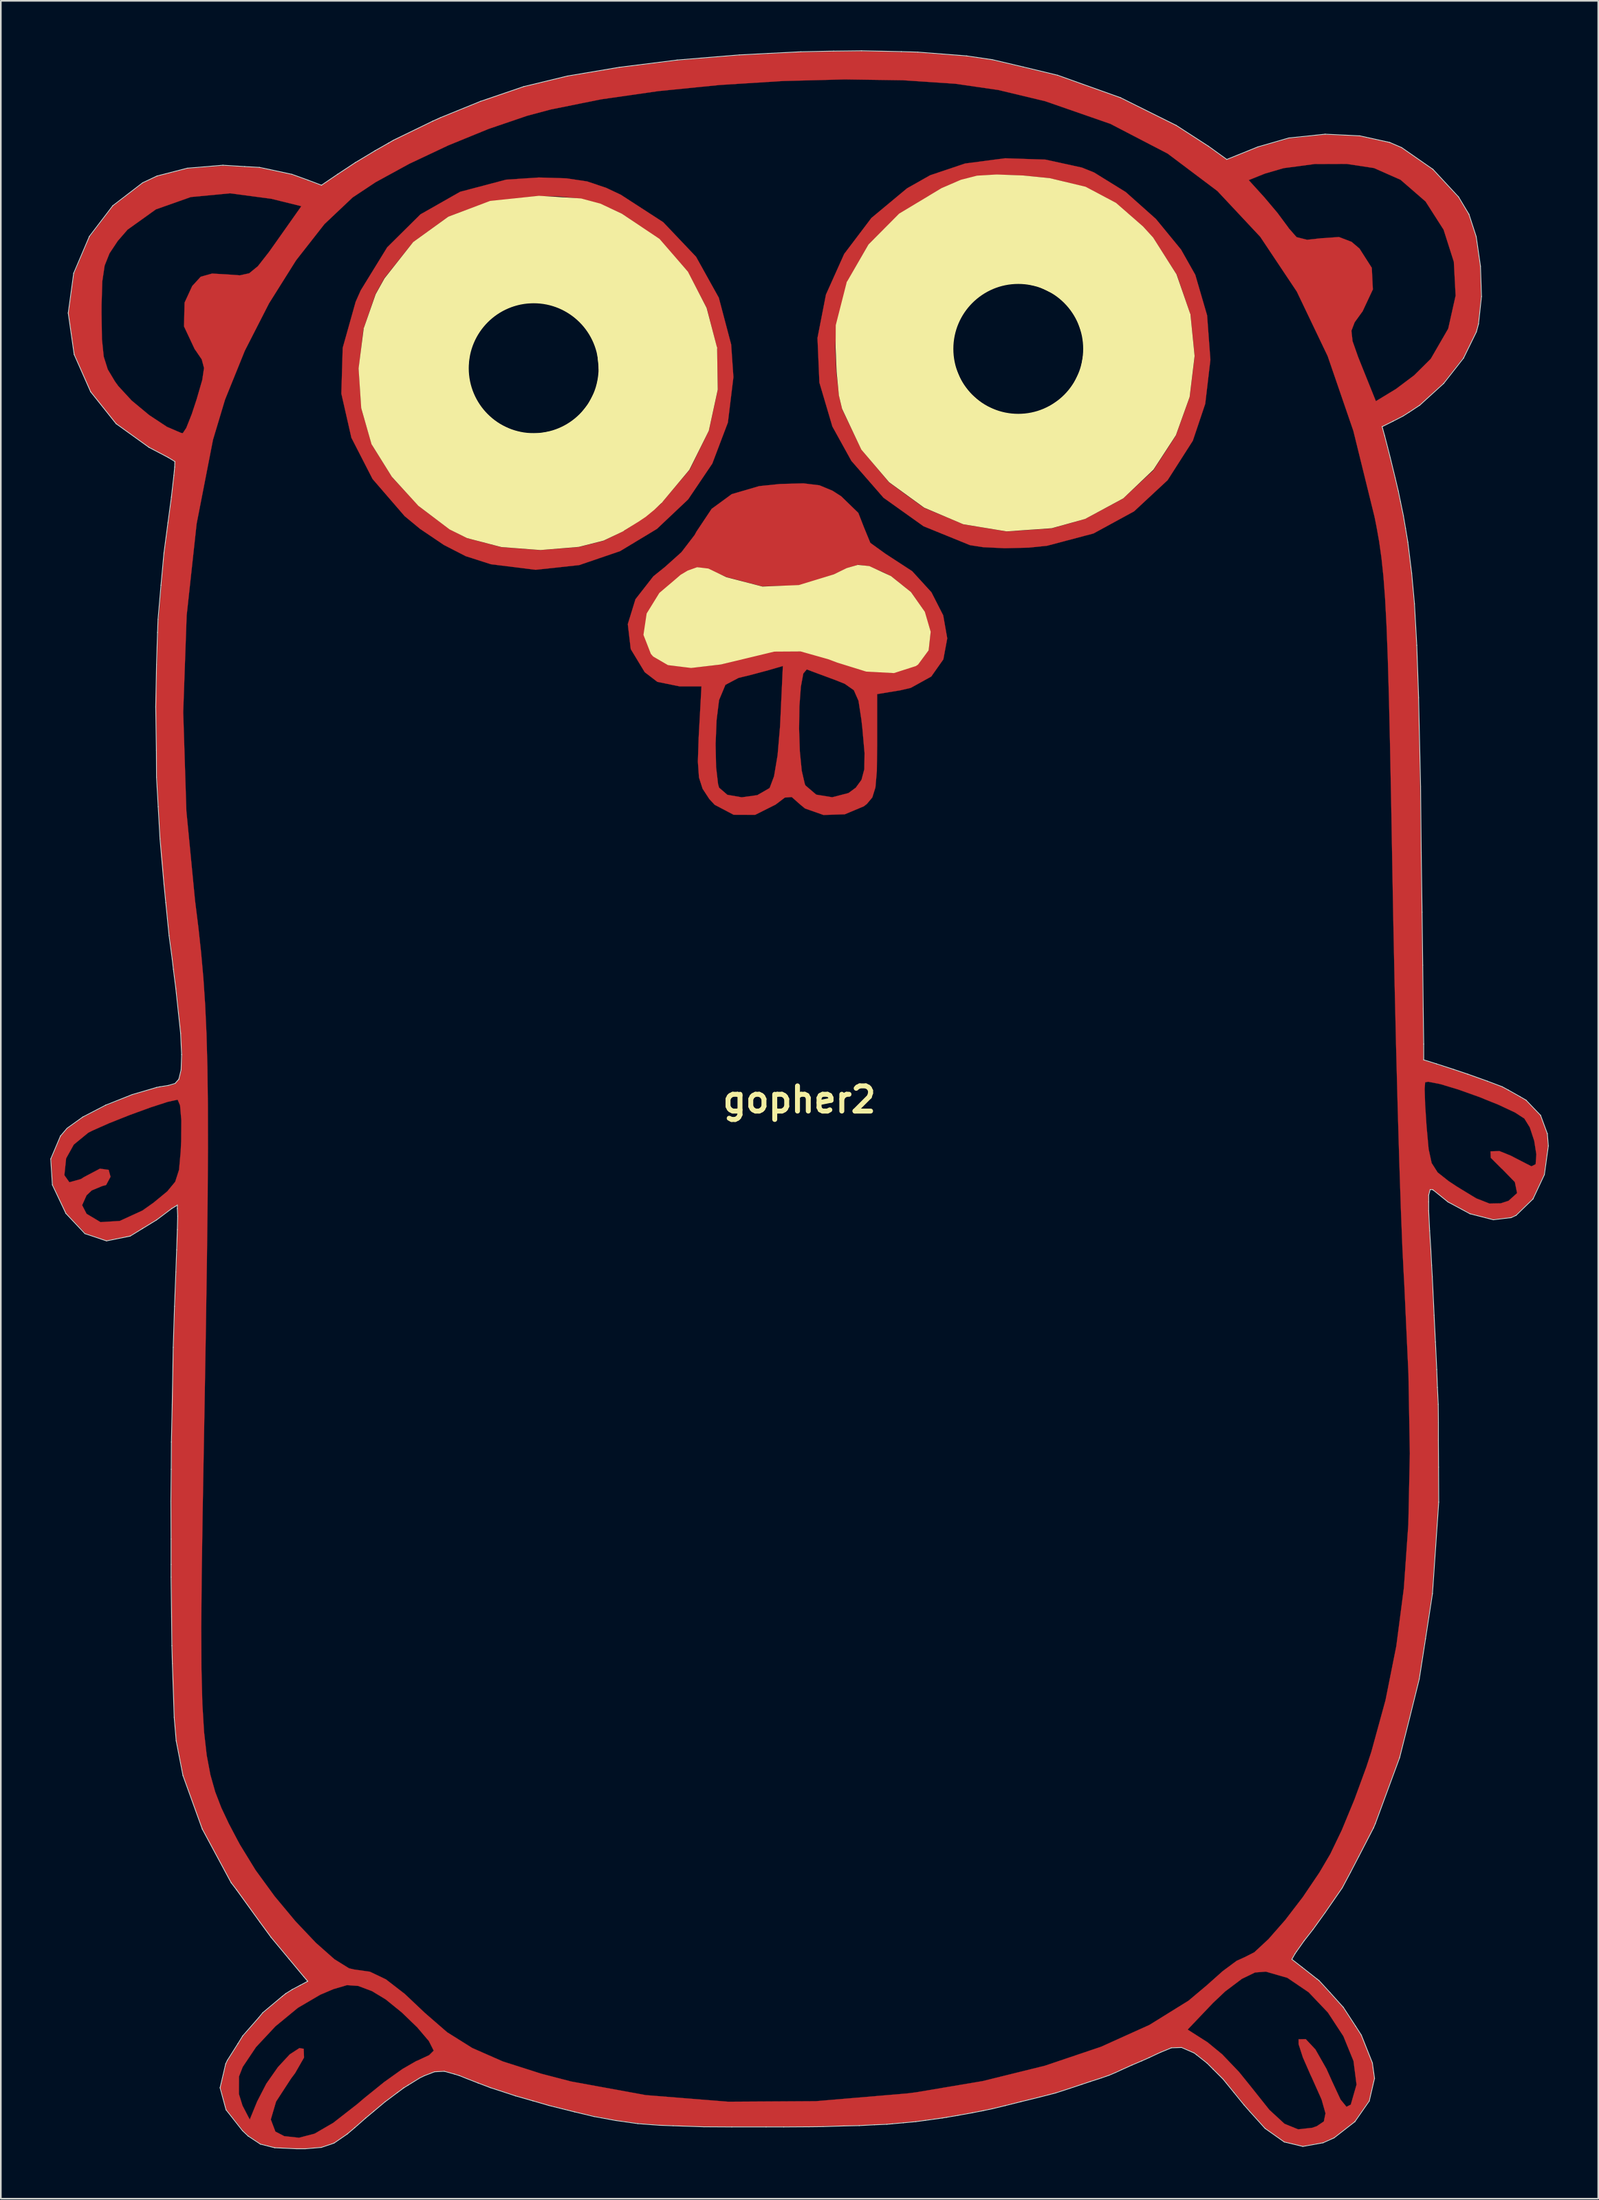
<source format=kicad_pcb>
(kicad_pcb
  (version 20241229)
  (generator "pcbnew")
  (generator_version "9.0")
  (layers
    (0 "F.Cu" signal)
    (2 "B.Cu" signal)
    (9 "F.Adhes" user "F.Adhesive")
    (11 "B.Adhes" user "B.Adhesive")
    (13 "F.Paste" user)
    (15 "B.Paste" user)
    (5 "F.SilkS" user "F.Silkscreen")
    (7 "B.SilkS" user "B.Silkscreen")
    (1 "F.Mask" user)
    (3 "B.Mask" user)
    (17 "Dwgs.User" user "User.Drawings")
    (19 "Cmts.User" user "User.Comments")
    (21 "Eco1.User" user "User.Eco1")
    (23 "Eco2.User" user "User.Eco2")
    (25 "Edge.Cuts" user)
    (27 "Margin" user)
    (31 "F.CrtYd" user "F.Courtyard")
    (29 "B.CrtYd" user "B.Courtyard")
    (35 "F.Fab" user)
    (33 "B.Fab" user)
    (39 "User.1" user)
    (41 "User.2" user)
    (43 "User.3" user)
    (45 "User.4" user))
  (footprint "gopher2"
    (layer "F.Cu")
    (at 45.375 63.535)
    (property "Reference" "gopher2" (at 0 0 0) (layer "F.SilkS") (effects (font (size 1.524 1.524) (thickness 0.3))))
    (attr through_hole)
    (fp_poly (pts (xy 14.911 -56.921) (xy 17.124 -56.438) (xy 17.859 -56.142) (xy 19.779 -54.955) (xy 21.608 -53.326) (xy 23.129 -51.473) (xy 23.991 -49.946) (xy 24.707 -47.493) (xy 24.907 -44.8) (xy 24.594 -42.133) (xy 23.843 -39.9) (xy 22.316 -37.512) (xy 20.284 -35.624) (xy 17.823 -34.283) (xy 15.007 -33.539) (xy 13.894 -33.425) (xy 12.447 -33.391) (xy 11.136 -33.453) (xy 10.341 -33.577) (xy 7.527 -34.721) (xy 5.103 -36.447) (xy 3.155 -38.681) (xy 2.005 -40.76) (xy 1.218 -43.42) (xy 1.127 -45.553) (xy 2.177 -45.553) (xy 2.242 -44.037) (xy 2.41 -42.629) (xy 2.598 -41.798) (xy 3.762 -39.368) (xy 5.446 -37.367) (xy 7.545 -35.841) (xy 9.953 -34.838) (xy 12.565 -34.405) (xy 15.277 -34.589) (xy 17.313 -35.161) (xy 19.618 -36.397) (xy 21.458 -38.112) (xy 22.808 -40.194) (xy 23.647 -42.531) (xy 23.953 -45.01) (xy 23.702 -47.52) (xy 22.873 -49.949) (xy 21.443 -52.183) (xy 20.852 -52.842) (xy 19.153 -54.31) (xy 17.325 -55.265) (xy 15.161 -55.796) (xy 13.553 -55.952) (xy 11.949 -56.009) (xy 10.788 -55.934) (xy 9.793 -55.684) (xy 8.685 -55.218) (xy 8.638 -55.196) (xy 6.099 -53.665) (xy 4.181 -51.765) (xy 2.896 -49.513) (xy 2.254 -46.923) (xy 2.177 -45.553) (xy 1.127 -45.553) (xy 1.102 -46.119) (xy 1.616 -48.75) (xy 2.719 -51.208) (xy 4.369 -53.387) (xy 6.526 -55.181) (xy 7.929 -55.974) (xy 10.046 -56.685) (xy 12.463 -57.002) (xy 14.911 -56.921)) (stroke (width 0.01) (type solid)) (fill yes) (layer "F.Cu"))
    (fp_poly (pts (xy -14.109 -55.787) (xy -12.849 -55.599) (xy -11.696 -55.209) (xy -10.812 -54.793) (xy -8.242 -53.129) (xy -6.255 -51.038) (xy -4.876 -48.559) (xy -4.128 -45.729) (xy -3.991 -43.749) (xy -4.326 -41.002) (xy -5.27 -38.515) (xy -6.733 -36.348) (xy -8.625 -34.561) (xy -10.856 -33.215) (xy -13.336 -32.369) (xy -15.974 -32.084) (xy -18.681 -32.42) (xy -20.21 -32.909) (xy -21.531 -33.587) (xy -22.976 -34.562) (xy -23.911 -35.335) (xy -25.854 -37.583) (xy -27.136 -40.081) (xy -27.744 -42.752) (xy -27.7 -44.247) (xy -26.692 -44.247) (xy -26.529 -41.841) (xy -25.911 -39.714) (xy -25.852 -39.587) (xy -24.648 -37.664) (xy -23.011 -35.904) (xy -21.17 -34.528) (xy -20.115 -33.999) (xy -18.064 -33.458) (xy -15.706 -33.277) (xy -13.376 -33.461) (xy -11.86 -33.839) (xy -10.647 -34.43) (xy -9.288 -35.333) (xy -8.397 -36.069) (xy -6.63 -38.159) (xy -5.482 -40.5) (xy -4.938 -42.983) (xy -4.983 -45.496) (xy -5.602 -47.929) (xy -6.779 -50.171) (xy -8.499 -52.111) (xy -10.747 -53.639) (xy -10.818 -53.675) (xy -12.07 -54.239) (xy -13.218 -54.556) (xy -14.571 -54.693) (xy -15.783 -54.714) (xy -18.718 -54.4) (xy -21.268 -53.459) (xy -23.414 -51.903) (xy -25.142 -49.74) (xy -25.676 -48.779) (xy -26.406 -46.653) (xy -26.692 -44.247) (xy -27.7 -44.247) (xy -27.662 -45.522) (xy -26.877 -48.314) (xy -26.572 -49.001) (xy -24.968 -51.609) (xy -22.954 -53.604) (xy -20.546 -54.973) (xy -17.761 -55.707) (xy -15.783 -55.838) (xy -14.109 -55.787)) (stroke (width 0.01) (type solid)) (fill yes) (layer "F.Cu"))
    (fp_poly (pts (xy 1.222 -37.2) (xy 2.015 -36.87) (xy 2.54 -36.533) (xy 3.577 -35.528) (xy 3.924 -34.639) (xy 4.305 -33.713) (xy 5.227 -33.049) (xy 6.838 -32.001) (xy 8.007 -30.721) (xy 8.719 -29.326) (xy 8.964 -27.933) (xy 8.727 -26.659) (xy 7.995 -25.621) (xy 6.756 -24.936) (xy 6.142 -24.792) (xy 4.717 -24.557) (xy 4.717 -21.451) (xy 4.698 -19.894) (xy 4.613 -18.904) (xy 4.424 -18.3) (xy 4.092 -17.904) (xy 3.911 -17.764) (xy 2.757 -17.28) (xy 1.465 -17.239) (xy 0.349 -17.631) (xy 0.058 -17.869) (xy -0.456 -18.324) (xy -0.876 -18.292) (xy -1.433 -17.869) (xy -2.67 -17.249) (xy -3.976 -17.25) (xy -5.128 -17.856) (xy -5.455 -18.21) (xy -5.859 -18.829) (xy -6.077 -19.509) (xy -6.144 -20.47) (xy -6.109 -21.528) (xy -5.071 -21.528) (xy -5.041 -20.143) (xy -4.921 -19.111) (xy -4.86 -18.894) (xy -4.359 -18.46) (xy -3.487 -18.309) (xy -2.542 -18.44) (xy -1.824 -18.854) (xy -1.787 -18.896) (xy -1.529 -19.582) (xy -1.314 -20.861) (xy -1.178 -22.453) (xy -0.013 -22.453) (xy 0.033 -21.09) (xy 0.149 -19.914) (xy 0.336 -19.112) (xy 0.376 -19.025) (xy 1.026 -18.47) (xy 1.995 -18.312) (xy 2.979 -18.566) (xy 3.421 -18.89) (xy 3.768 -19.366) (xy 3.94 -20.008) (xy 3.954 -20.989) (xy 3.822 -22.485) (xy 3.763 -23.007) (xy 3.588 -24.152) (xy 3.304 -24.796) (xy 2.752 -25.182) (xy 2.224 -25.394) (xy 1.246 -25.756) (xy 0.531 -26.023) (xy 0.454 -26.053) (xy 0.243 -25.804) (xy 0.094 -24.997) (xy 0.007 -23.818) (xy -0.013 -22.453) (xy -1.178 -22.453) (xy -1.167 -22.578) (xy -1.152 -22.875) (xy -0.995 -26.259) (xy -1.858 -26.008) (xy -2.92 -25.723) (xy -3.681 -25.539) (xy -4.475 -25.119) (xy -4.86 -24.197) (xy -4.861 -24.194) (xy -5.011 -22.975) (xy -5.071 -21.528) (xy -6.109 -21.528) (xy -6.096 -21.93) (xy -6.085 -22.132) (xy -5.926 -25.026) (xy -7.254 -25.026) (xy -8.6 -25.3) (xy -9.365 -25.885) (xy -10.211 -27.282) (xy -10.314 -28.153) (xy -9.412 -28.153) (xy -8.975 -27.005) (xy -8.834 -26.83) (xy -7.929 -26.316) (xy -6.525 -26.157) (xy -4.76 -26.357) (xy -3.414 -26.703) (xy -1.52 -27.152) (xy 0.092 -27.155) (xy 1.731 -26.704) (xy 2.177 -26.521) (xy 4.06 -25.934) (xy 5.735 -25.848) (xy 7.05 -26.27) (xy 7.176 -26.355) (xy 7.838 -27.224) (xy 7.952 -28.347) (xy 7.574 -29.57) (xy 6.762 -30.734) (xy 5.573 -31.684) (xy 5.158 -31.901) (xy 4.236 -32.296) (xy 3.583 -32.389) (xy 2.865 -32.17) (xy 2.087 -31.795) (xy -0.011 -31.137) (xy -2.266 -31.085) (xy -4.411 -31.643) (xy -4.588 -31.722) (xy -5.543 -32.136) (xy -6.159 -32.229) (xy -6.748 -32.005) (xy -7.176 -31.746) (xy -8.468 -30.658) (xy -9.228 -29.416) (xy -9.412 -28.153) (xy -10.314 -28.153) (xy -10.39 -28.794) (xy -9.925 -30.303) (xy -8.841 -31.69) (xy -8.134 -32.259) (xy -7.14 -33.15) (xy -6.34 -34.194) (xy -6.233 -34.391) (xy -5.311 -35.774) (xy -4.091 -36.666) (xy -2.428 -37.151) (xy -1.168 -37.28) (xy 0.252 -37.318) (xy 1.222 -37.2)) (stroke (width 0.01) (type solid)) (fill yes) (layer "F.Cu"))
    (fp_poly (pts (xy 7.169 -63.405) (xy 10.131 -63.173) (xy 11.655 -62.952) (xy 15.652 -62.001) (xy 19.428 -60.656) (xy 22.802 -58.989) (xy 24.65 -57.798) (xy 25.897 -56.901) (xy 27.735 -57.649) (xy 29.664 -58.196) (xy 31.813 -58.427) (xy 33.932 -58.341) (xy 35.766 -57.94) (xy 36.472 -57.635) (xy 38.382 -56.305) (xy 39.919 -54.638) (xy 40.54 -53.626) (xy 40.983 -52.266) (xy 41.242 -50.495) (xy 41.298 -48.634) (xy 41.13 -46.999) (xy 41.005 -46.51) (xy 40.238 -44.96) (xy 39.02 -43.391) (xy 37.571 -42.059) (xy 36.631 -41.453) (xy 35.294 -40.751) (xy 35.798 -38.772) (xy 36.216 -37.05) (xy 36.561 -35.41) (xy 36.842 -33.752) (xy 37.066 -31.977) (xy 37.241 -29.986) (xy 37.376 -27.682) (xy 37.479 -24.965) (xy 37.557 -21.736) (xy 37.619 -17.897) (xy 37.641 -16.229) (xy 37.809 -2.39) (xy 40.518 -1.524) (xy 42.589 -0.757) (xy 44.021 0.05) (xy 44.897 0.971) (xy 45.303 2.083) (xy 45.357 2.804) (xy 45.108 4.539) (xy 44.428 5.993) (xy 43.416 6.972) (xy 43.136 7.114) (xy 42.032 7.239) (xy 40.675 6.898) (xy 39.311 6.17) (xy 38.698 5.682) (xy 38.39 5.427) (xy 38.198 5.418) (xy 38.108 5.764) (xy 38.104 6.578) (xy 38.168 7.968) (xy 38.225 8.965) (xy 38.327 10.855) (xy 38.444 13.21) (xy 38.562 15.745) (xy 38.669 18.18) (xy 38.682 18.49) (xy 38.715 24.35) (xy 38.329 29.897) (xy 37.536 35.069) (xy 36.352 39.806) (xy 34.791 44.047) (xy 32.867 47.729) (xy 31.364 49.875) (xy 30.572 50.906) (xy 30.019 51.68) (xy 29.811 52.05) (xy 29.816 52.061) (xy 31.478 53.364) (xy 32.926 54.956) (xy 34.04 56.664) (xy 34.701 58.318) (xy 34.831 59.269) (xy 34.505 60.611) (xy 33.634 61.872) (xy 32.386 62.842) (xy 31.717 63.138) (xy 30.502 63.359) (xy 29.385 63.094) (xy 28.246 62.28) (xy 26.967 60.856) (xy 26.67 60.473) (xy 25.69 59.298) (xy 24.715 58.309) (xy 23.95 57.711) (xy 23.922 57.696) (xy 23.174 57.369) (xy 22.54 57.381) (xy 21.678 57.752) (xy 21.501 57.843) (xy 18.726 59.068) (xy 15.393 60.167) (xy 11.668 61.087) (xy 10.42 61.336) (xy 8.687 61.636) (xy 7.049 61.858) (xy 5.343 62.012) (xy 3.404 62.109) (xy 1.066 62.161) (xy -1.814 62.18) (xy -4.531 62.176) (xy -6.669 62.146) (xy -8.373 62.08) (xy -9.789 61.966) (xy -11.064 61.795) (xy -12.344 61.554) (xy -13.417 61.317) (xy -15.294 60.844) (xy -17.187 60.298) (xy -18.81 59.765) (xy -19.47 59.513) (xy -20.696 59.027) (xy -21.494 58.81) (xy -22.103 58.839) (xy -22.764 59.095) (xy -22.997 59.208) (xy -23.921 59.775) (xy -25.114 60.661) (xy -26.308 61.665) (xy -27.396 62.613) (xy -28.197 63.161) (xy -28.956 63.42) (xy -29.92 63.496) (xy -30.463 63.5) (xy -31.766 63.446) (xy -32.639 63.219) (xy -33.373 62.724) (xy -33.687 62.436) (xy -34.724 61.126) (xy -34.961 60.205) (xy -33.952 60.205) (xy -33.732 60.911) (xy -33.294 61.754) (xy -32.849 60.666) (xy -32.291 59.583) (xy -31.587 58.579) (xy -30.872 57.808) (xy -30.284 57.426) (xy -30.025 57.469) (xy -30.006 58.001) (xy -30.545 58.941) (xy -30.789 59.267) (xy -31.699 60.665) (xy -32.018 61.748) (xy -31.741 62.48) (xy -31.206 62.758) (xy -30.31 62.855) (xy -29.365 62.608) (xy -28.237 61.953) (xy -26.789 60.825) (xy -26.349 60.45) (xy -25.155 59.486) (xy -24.04 58.691) (xy -23.219 58.217) (xy -23.132 58.183) (xy -22.424 57.853) (xy -22.149 57.58) (xy -22.442 56.999) (xy -23.147 56.17) (xy -24.079 55.271) (xy -25.056 54.479) (xy -25.891 53.974) (xy -25.894 53.973) (xy -26.729 53.661) (xy -27.405 53.615) (xy -28.227 53.856) (xy -29.026 54.196) (xy -30.381 54.991) (xy -31.737 56.107) (xy -32.911 57.361) (xy -33.721 58.568) (xy -33.946 59.148) (xy -33.952 60.205) (xy -34.961 60.205) (xy -35.063 59.81) (xy -34.725 58.394) (xy -34.642 58.217) (xy -33.713 56.737) (xy -32.477 55.307) (xy -31.182 54.199) (xy -30.75 53.933) (xy -29.75 53.393) (xy -32.143 50.509) (xy -34.414 47.382) (xy -36.156 44.147) (xy -37.31 40.932) (xy -37.728 38.814) (xy -37.833 37.552) (xy -37.916 35.661) (xy -37.978 33.257) (xy -38.019 30.458) (xy -38.037 27.381) (xy -38.034 24.144) (xy -38.009 20.864) (xy -37.962 17.657) (xy -37.891 14.642) (xy -37.798 11.935) (xy -37.787 11.672) (xy -37.712 9.776) (xy -37.664 8.178) (xy -37.644 7.01) (xy -37.657 6.404) (xy -37.671 6.349) (xy -38.003 6.553) (xy -38.691 7.061) (xy -38.941 7.255) (xy -40.56 8.249) (xy -41.985 8.529) (xy -43.242 8.094) (xy -44.358 6.939) (xy -44.455 6.797) (xy -45.223 5.146) (xy -45.258 4.574) (xy -44.525 4.574) (xy -44.221 5.001) (xy -43.528 4.808) (xy -43.341 4.689) (xy -42.37 4.177) (xy -41.841 4.251) (xy -41.729 4.669) (xy -41.996 5.165) (xy -42.228 5.229) (xy -42.864 5.493) (xy -43.18 5.79) (xy -43.449 6.388) (xy -43.18 6.91) (xy -42.336 7.415) (xy -41.17 7.343) (xy -39.798 6.714) (xy -39.126 6.24) (xy -38.289 5.551) (xy -37.81 4.97) (xy -37.577 4.245) (xy -37.477 3.127) (xy -37.448 2.504) (xy -37.438 1.247) (xy -37.515 0.349) (xy -37.662 0.000058) (xy -37.664 0) (xy -38.257 0.13) (xy -39.296 0.466) (xy -40.554 0.924) (xy -41.807 1.421) (xy -42.83 1.875) (xy -43.078 2) (xy -43.952 2.717) (xy -44.419 3.553) (xy -44.525 4.574) (xy -45.258 4.574) (xy -45.319 3.593) (xy -44.746 2.221) (xy -44.347 1.759) (xy -43.4 1.077) (xy -42.007 0.363) (xy -40.438 -0.271) (xy -38.959 -0.712) (xy -38.191 -0.84) (xy -37.823 -0.943) (xy -37.567 -1.235) (xy -37.423 -1.799) (xy -37.39 -2.72) (xy -37.469 -4.082) (xy -37.658 -5.969) (xy -37.958 -8.465) (xy -38.168 -10.107) (xy -38.64 -14.715) (xy -38.909 -19.522) (xy -38.961 -23.465) (xy -37.325 -23.465) (xy -37.133 -17.472) (xy -36.61 -12.072) (xy -36.41 -10.462) (xy -36.242 -8.918) (xy -36.104 -7.369) (xy -35.995 -5.744) (xy -35.914 -3.973) (xy -35.859 -1.984) (xy -35.831 0.293) (xy -35.826 2.93) (xy -35.845 5.998) (xy -35.887 9.567) (xy -35.949 13.708) (xy -36.031 18.493) (xy -36.075 20.918) (xy -36.152 25.244) (xy -36.206 28.899) (xy -36.231 31.955) (xy -36.219 34.489) (xy -36.165 36.574) (xy -36.062 38.284) (xy -35.902 39.695) (xy -35.678 40.881) (xy -35.385 41.917) (xy -35.015 42.876) (xy -34.562 43.835) (xy -34.019 44.866) (xy -33.88 45.121) (xy -32.939 46.654) (xy -31.786 48.234) (xy -30.531 49.74) (xy -29.288 51.051) (xy -28.167 52.043) (xy -27.281 52.595) (xy -26.965 52.668) (xy -26.016 52.801) (xy -25.044 53.264) (xy -23.902 54.146) (xy -22.679 55.301) (xy -21.336 56.466) (xy -19.814 57.42) (xy -17.964 58.233) (xy -15.634 58.977) (xy -13.827 59.447) (xy -9.302 60.273) (xy -4.313 60.672) (xy 1.009 60.64) (xy 6.53 60.172) (xy 7.076 60.103) (xy 11.113 59.423) (xy 14.881 58.493) (xy 18.28 57.347) (xy 20.588 56.305) (xy 23.528 56.305) (xy 24.736 57.076) (xy 25.621 57.803) (xy 26.648 58.878) (xy 27.349 59.746) (xy 28.482 61.168) (xy 29.397 62.009) (xy 30.219 62.345) (xy 31.076 62.252) (xy 31.357 62.153) (xy 31.78 61.868) (xy 31.881 61.376) (xy 31.643 60.538) (xy 31.05 59.211) (xy 30.983 59.072) (xy 30.508 57.988) (xy 30.251 57.188) (xy 30.248 56.891) (xy 30.685 56.883) (xy 31.27 57.507) (xy 31.937 58.679) (xy 32.289 59.461) (xy 32.794 60.544) (xy 33.151 60.98) (xy 33.412 60.85) (xy 33.761 59.637) (xy 33.577 58.207) (xy 32.963 56.703) (xy 32.022 55.268) (xy 30.857 54.044) (xy 29.572 53.173) (xy 28.269 52.797) (xy 27.611 52.847) (xy 26.813 53.234) (xy 25.8 53.997) (xy 25.068 54.689) (xy 23.528 56.305) (xy 20.588 56.305) (xy 21.214 56.023) (xy 23.582 54.555) (xy 24.676 53.636) (xy 25.658 52.762) (xy 26.493 52.144) (xy 26.984 51.921) (xy 27.566 51.626) (xy 28.422 50.832) (xy 29.439 49.673) (xy 30.506 48.283) (xy 31.511 46.796) (xy 32.171 45.675) (xy 32.865 44.233) (xy 33.634 42.375) (xy 34.356 40.406) (xy 34.662 39.471) (xy 35.516 36.36) (xy 36.169 33.093) (xy 36.628 29.576) (xy 36.899 25.716) (xy 36.99 21.417) (xy 36.905 16.586) (xy 36.652 11.129) (xy 36.624 10.646) (xy 36.538 8.935) (xy 36.446 6.587) (xy 36.35 3.714) (xy 36.253 0.425) (xy 36.225 -0.65) (xy 37.887 -0.65) (xy 37.917 0.296) (xy 38.001 1.582) (xy 38.005 1.63) (xy 38.128 2.99) (xy 38.312 3.837) (xy 38.675 4.405) (xy 39.335 4.927) (xy 39.857 5.272) (xy 41.014 5.976) (xy 41.818 6.29) (xy 42.496 6.277) (xy 42.969 6.123) (xy 43.488 5.658) (xy 43.353 4.99) (xy 42.582 4.198) (xy 42.546 4.17) (xy 41.895 3.519) (xy 41.878 3.129) (xy 42.418 3.112) (xy 43.088 3.382) (xy 43.882 3.791) (xy 44.359 4.035) (xy 44.612 3.907) (xy 44.655 3.313) (xy 44.526 2.49) (xy 44.258 1.675) (xy 43.928 1.143) (xy 43.367 0.778) (xy 42.382 0.316) (xy 41.169 -0.173) (xy 39.921 -0.617) (xy 38.834 -0.945) (xy 38.102 -1.087) (xy 37.917 -1.054) (xy 37.887 -0.65) (xy 36.225 -0.65) (xy 36.158 -3.169) (xy 36.069 -6.957) (xy 35.988 -10.829) (xy 35.937 -13.634) (xy 35.862 -17.84) (xy 35.792 -21.375) (xy 35.724 -24.317) (xy 35.654 -26.742) (xy 35.577 -28.725) (xy 35.491 -30.345) (xy 35.391 -31.676) (xy 35.272 -32.797) (xy 35.133 -33.783) (xy 34.968 -34.711) (xy 34.85 -35.299) (xy 33.569 -40.493) (xy 32.012 -45.023) (xy 30.143 -48.928) (xy 27.927 -52.247) (xy 25.329 -55.02) (xy 24.452 -55.68) (xy 27.228 -55.68) (xy 28.172 -54.641) (xy 28.965 -53.702) (xy 29.619 -52.822) (xy 29.657 -52.763) (xy 30.13 -52.225) (xy 30.766 -52.067) (xy 31.624 -52.16) (xy 32.696 -52.233) (xy 33.459 -51.942) (xy 33.942 -51.532) (xy 34.685 -50.37) (xy 34.75 -49.06) (xy 34.13 -47.738) (xy 34.109 -47.71) (xy 33.648 -47.073) (xy 33.45 -46.556) (xy 33.519 -45.931) (xy 33.858 -44.969) (xy 34.158 -44.22) (xy 34.933 -42.294) (xy 36.15 -43.033) (xy 37.249 -43.857) (xy 38.235 -44.835) (xy 38.268 -44.875) (xy 39.315 -46.684) (xy 39.764 -48.685) (xy 39.656 -50.731) (xy 39.035 -52.678) (xy 37.944 -54.383) (xy 36.427 -55.699) (xy 34.821 -56.409) (xy 33.166 -56.66) (xy 31.221 -56.653) (xy 29.347 -56.404) (xy 28.219 -56.077) (xy 27.228 -55.68) (xy 24.452 -55.68) (xy 22.315 -57.286) (xy 18.85 -59.085) (xy 14.898 -60.457) (xy 12.064 -61.135) (xy 9.453 -61.514) (xy 6.297 -61.725) (xy 2.759 -61.777) (xy -1.002 -61.679) (xy -4.824 -61.439) (xy -8.546 -61.067) (xy -12.007 -60.57) (xy -15.046 -59.959) (xy -16.492 -59.573) (xy -18.824 -58.779) (xy -21.27 -57.78) (xy -23.62 -56.672) (xy -25.664 -55.556) (xy -27.06 -54.63) (xy -28.767 -53.017) (xy -30.486 -50.825) (xy -32.125 -48.217) (xy -33.59 -45.353) (xy -34.789 -42.393) (xy -35.521 -39.957) (xy -36.512 -34.874) (xy -37.116 -29.321) (xy -37.325 -23.465) (xy -38.961 -23.465) (xy -38.972 -24.315) (xy -38.829 -28.882) (xy -38.478 -33.01) (xy -38.332 -34.128) (xy -38.096 -35.85) (xy -37.919 -37.277) (xy -37.818 -38.262) (xy -37.809 -38.657) (xy -37.809 -38.658) (xy -38.17 -38.869) (xy -38.958 -39.293) (xy -39.422 -39.535) (xy -41.392 -40.957) (xy -42.919 -42.876) (xy -43.909 -45.135) (xy -44.268 -47.58) (xy -44.269 -47.625) (xy -42.273 -47.625) (xy -42.249 -46.053) (xy -42.141 -44.994) (xy -41.896 -44.217) (xy -41.46 -43.488) (xy -41.256 -43.206) (xy -40.447 -42.33) (xy -39.388 -41.452) (xy -38.315 -40.743) (xy -37.462 -40.375) (xy -37.35 -40.358) (xy -37.14 -40.673) (xy -36.808 -41.508) (xy -36.513 -42.403) (xy -36.171 -43.58) (xy -36.064 -44.302) (xy -36.202 -44.823) (xy -36.594 -45.397) (xy -36.628 -45.441) (xy -37.276 -46.819) (xy -37.243 -48.261) (xy -36.78 -49.266) (xy -36.262 -49.83) (xy -35.576 -50.021) (xy -34.694 -49.971) (xy -33.897 -49.913) (xy -33.327 -50.037) (xy -32.801 -50.467) (xy -32.132 -51.322) (xy -31.685 -51.952) (xy -30.168 -54.1) (xy -31.984 -54.548) (xy -34.488 -54.88) (xy -36.866 -54.654) (xy -38.981 -53.907) (xy -40.699 -52.678) (xy -41.295 -51.99) (xy -41.791 -51.243) (xy -42.085 -50.506) (xy -42.228 -49.548) (xy -42.271 -48.139) (xy -42.273 -47.625) (xy -44.269 -47.625) (xy -43.937 -50.005) (xy -43.008 -52.214) (xy -41.582 -54.098) (xy -39.76 -55.502) (xy -38.91 -55.908) (xy -37.094 -56.371) (xy -34.923 -56.544) (xy -32.71 -56.424) (xy -30.767 -56.011) (xy -30.536 -55.93) (xy -28.959 -55.345) (xy -26.806 -56.778) (xy -24.579 -58.083) (xy -21.895 -59.376) (xy -19.018 -60.54) (xy -16.691 -61.318) (xy -14.102 -61.947) (xy -10.964 -62.482) (xy -7.444 -62.913) (xy -3.705 -63.23) (xy 0.086 -63.424) (xy 3.766 -63.486) (xy 7.169 -63.405)) (stroke (width 0.01) (type solid)) (fill yes) (layer "F.Cu"))
    (fp_poly (pts (xy -4.45 -25.07) (xy -3.66 -25.5) (xy -1.04 -26.21) (xy -1.17 -23.3) (xy -1.3 -21.37) (xy -1.53 -19.86) (xy -1.56 -19.59) (xy -1.84 -18.89) (xy -2.57 -18.48) (xy -3.47 -18.37) (xy -4.33 -18.5) (xy -4.83 -18.92) (xy -4.89 -19.12) (xy -5.01 -20.15) (xy -5.04 -21.53) (xy -5 -22.56) (xy -4.98 -23.06) (xy -4.82 -24.21) (xy -4.49 -25)) (stroke (width 0.1) (type solid)) (fill yes) (layer "F.Mask"))
    (fp_poly (pts (xy 0.46 -26.01) (xy 2.75 -25.13) (xy 3.26 -24.76) (xy 3.54 -24.14) (xy 3.69 -23.17) (xy 3.73 -22.88) (xy 3.91 -20.98) (xy 3.89 -20.03) (xy 3.74 -19.42) (xy 3.39 -18.93) (xy 2.98 -18.62) (xy 1.98 -18.36) (xy 1.02 -18.51) (xy 0.4 -19.05) (xy 0.37 -19.12) (xy 0.17 -19.94) (xy 0.06 -21.13) (xy 0.04 -22.51) (xy 0.06 -23.12) (xy 0.06 -23.81) (xy 0.12 -24.99) (xy 0.29 -25.78)) (stroke (width 0.1) (type solid)) (fill yes) (layer "F.Mask"))
    (fp_poly (pts (xy -43.89 2.7) (xy -43.08 2.03) (xy -41.81 1.46) (xy -39.97 0.76) (xy -38.48 0.23) (xy -37.67 0.04) (xy -37.56 0.35) (xy -37.48 1.48) (xy -37.49 2.61) (xy -37.6 4.21) (xy -37.83 4.95) (xy -38.27 5.5) (xy -39.08 6.16) (xy -39.81 6.68) (xy -41.14 7.28) (xy -42.31 7.36) (xy -43.13 6.88) (xy -43.4 6.38) (xy -43.13 5.8) (xy -42.84 5.52) (xy -42.19 5.24) (xy -41.98 5.19) (xy -41.7 4.67) (xy -41.82 4.24) (xy -42.38 4.16) (xy -43.31 4.64) (xy -43.54 4.79) (xy -44.21 4.98) (xy -44.5 4.56) (xy -44.39 3.56) (xy -43.95 2.76)) (stroke (width 0.1) (type solid)) (fill yes) (layer "F.Mask"))
    (fp_poly (pts (xy 37.97 -1.03) (xy 38.1 -1.05) (xy 38.87 -0.93) (xy 40.8 -0.29) (xy 42.56 0.45) (xy 43.36 0.82) (xy 43.92 1.18) (xy 44.22 1.68) (xy 44.49 2.5) (xy 44.63 3.34) (xy 44.59 3.89) (xy 44.36 4.01) (xy 43.44 3.54) (xy 43.1 3.37) (xy 42.42 3.09) (xy 41.87 3.11) (xy 41.86 3.13) (xy 41.88 3.52) (xy 42.53 4.19) (xy 42.87 4.52) (xy 43.34 5) (xy 43.47 5.65) (xy 42.96 6.11) (xy 42.49 6.26) (xy 41.82 6.28) (xy 41.01 5.96) (xy 39.61 5.07) (xy 39.33 4.9) (xy 38.7 4.38) (xy 38.34 3.82) (xy 38.15 2.98) (xy 38.03 1.53) (xy 37.95 0.24) (xy 37.92 -0.66)) (stroke (width 0.1) (type solid)) (fill yes) (layer "F.Mask"))
    (fp_poly (pts (xy 27.31 -55.66) (xy 28.19 -56.01) (xy 29.37 -56.36) (xy 31.22 -56.61) (xy 33.17 -56.62) (xy 34.82 -56.37) (xy 36.4 -55.66) (xy 37.9 -54.36) (xy 39.01 -52.65) (xy 39.62 -50.7) (xy 39.72 -48.67) (xy 39.28 -46.7) (xy 38.22 -44.89) (xy 37.19 -43.86) (xy 36.11 -43.07) (xy 34.95 -42.34) (xy 34.38 -43.78) (xy 33.96 -44.86) (xy 33.56 -45.96) (xy 33.5 -46.58) (xy 33.69 -47.07) (xy 34.18 -47.72) (xy 34.8 -49.07) (xy 34.73 -50.4) (xy 33.97 -51.58) (xy 33.47 -51.97) (xy 32.71 -52.26) (xy 31.65 -52.2) (xy 30.78 -52.11) (xy 30.14 -52.25) (xy 29.67 -52.8) (xy 29 -53.7) (xy 28.13 -54.75) (xy 27.58 -55.36) (xy 27.37 -55.59)) (stroke (width 0.1) (type solid)) (fill yes) (layer "F.Mask"))
    (fp_poly (pts (xy -41.76 -51.2) (xy -41.26 -51.95) (xy -40.63 -52.68) (xy -38.95 -53.89) (xy -36.87 -54.6) (xy -34.49 -54.83) (xy -31.92 -54.51) (xy -30.23 -54.09) (xy -31.45 -52.36) (xy -32.19 -51.31) (xy -32.84 -50.5) (xy -33.34 -50.07) (xy -33.89 -49.95) (xy -35.56 -50.06) (xy -36.28 -49.87) (xy -36.8 -49.29) (xy -37.28 -48.27) (xy -37.31 -46.78) (xy -36.65 -45.41) (xy -36.22 -44.8) (xy -36.09 -44.3) (xy -36.19 -43.61) (xy -36.83 -41.56) (xy -37.15 -40.7) (xy -37.36 -40.4) (xy -37.49 -40.41) (xy -38.29 -40.76) (xy -39.37 -41.47) (xy -40.42 -42.36) (xy -41.23 -43.23) (xy -41.88 -44.24) (xy -42.11 -45.01) (xy -42.22 -46.06) (xy -42.24 -47.87) (xy -42.18 -49.57) (xy -42.04 -50.52)) (stroke (width 0.1) (type solid)) (fill yes) (layer "F.Mask"))
    (fp_poly (pts (xy 23.58 56.29) (xy 24.01 55.85) (xy 24.36 55.46) (xy 24.81 55) (xy 25.13 54.66) (xy 25.8 54.02) (xy 26.82 53.26) (xy 27.62 52.87) (xy 28.26 52.82) (xy 29.58 53.2) (xy 30.84 54.06) (xy 32.01 55.29) (xy 32.95 56.72) (xy 33.56 58.21) (xy 33.75 59.64) (xy 33.4 60.84) (xy 33.16 60.96) (xy 32.81 60.54) (xy 32.11 59.01) (xy 31.93 58.61) (xy 31.29 57.49) (xy 30.69 56.86) (xy 30.25 56.87) (xy 30.23 56.89) (xy 30.24 57.19) (xy 30.5 58.03) (xy 31.05 59.25) (xy 31.63 60.55) (xy 31.86 61.37) (xy 31.76 61.86) (xy 31.35 62.14) (xy 31.07 62.23) (xy 30.22 62.32) (xy 29.41 61.97) (xy 28.5 61.13) (xy 27.78 60.22) (xy 27.29 59.63) (xy 26.77 58.99) (xy 26.63 58.82) (xy 26.27 58.45) (xy 25.68 57.84) (xy 25.61 57.77) (xy 24.76 57.06) (xy 23.64 56.34)) (stroke (width 0.1) (type solid)) (fill yes) (layer "F.Mask"))
    (fp_poly (pts (xy -27.44 53.66) (xy -26.73 53.7) (xy -25.92 54.01) (xy -25.04 54.54) (xy -24.04 55.37) (xy -23.18 56.2) (xy -22.48 57) (xy -22.19 57.58) (xy -22.43 57.82) (xy -23.23 58.18) (xy -24.06 58.66) (xy -24.99 59.3) (xy -26.29 60.35) (xy -26.83 60.81) (xy -27.98 61.71) (xy -28.26 61.93) (xy -29.39 62.57) (xy -30.32 62.81) (xy -31.17 62.72) (xy -31.72 62.43) (xy -31.98 61.74) (xy -31.67 60.68) (xy -30.92 59.52) (xy -30.73 59.24) (xy -30.51 58.94) (xy -29.97 57.99) (xy -30 57.46) (xy -30.29 57.41) (xy -30.88 57.8) (xy -31.59 58.57) (xy -31.64 58.64) (xy -31.78 58.83) (xy -32.01 59.16) (xy -32.3 59.58) (xy -32.4 59.77) (xy -32.51 59.99) (xy -32.64 60.24) (xy -32.82 60.48) (xy -32.87 60.6) (xy -33.01 60.93) (xy -33.1 61.13) (xy -33.18 61.34) (xy -33.25 61.51) (xy -33.29 61.69) (xy -33.4 61.44) (xy -33.71 60.91) (xy -33.93 60.19) (xy -33.92 59.15) (xy -33.69 58.56) (xy -32.87 57.36) (xy -31.7 56.11) (xy -30.37 55.01) (xy -29.01 54.21) (xy -28.22 53.88) (xy -27.69 53.72)) (stroke (width 0.1) (type solid)) (fill yes) (layer "F.Mask"))
    (fp_circle (center -16.093 -44.29) (end -12.1 -44.29) (stroke (width 0.12) (type solid)) (fill no) (layer "F.SilkS"))
    (fp_circle (center 13.267 -45.46) (end 17.26 -45.46) (stroke (width 0.12) (type solid)) (fill no) (layer "F.SilkS"))
    (fp_poly (pts (xy -8.34 -36.21) (xy -8.81 -35.76) (xy -9.32 -35.34) (xy -9.75 -35.05) (xy -10.53 -34.57) (xy -10.21 -34.88)) (stroke (width 0.1) (type solid)) (fill yes) (layer "F.SilkS"))
    (fp_poly (pts (xy 10.78 -55.9) (xy 11.96 -55.97) (xy 13.56 -55.91) (xy 15.16 -55.75) (xy 17.33 -55.23) (xy 19.16 -54.26) (xy 20.8 -52.83) (xy 21.4 -52.17) (xy 22.81 -49.95) (xy 23.65 -47.53) (xy 17.28 -45.64) (xy 17.21 -46.27) (xy 16.85 -47.33) (xy 16.28 -48.15) (xy 15.64 -48.73) (xy 14.51 -49.28) (xy 13.64 -49.47) (xy 12.86 -49.47) (xy 12.32 -49.38) (xy 11.66 -49.16) (xy 11.25 -48.94) (xy 10.8 -48.63) (xy 10.45 -48.34) (xy 10.19 -48.07) (xy 9.86 -47.61) (xy 2.92 -49.48) (xy 4.23 -51.75) (xy 6.08 -53.61) (xy 8.64 -55.15) (xy 9.8 -55.65)) (stroke (width 0.1) (type solid)) (fill yes) (layer "F.SilkS"))
    (fp_poly (pts (xy -18.72 -54.37) (xy -15.77 -54.68) (xy -13.23 -54.52) (xy -12.07 -54.21) (xy -10.77 -53.6) (xy -8.5 -52.08) (xy -6.79 -50.11) (xy -5.66 -47.92) (xy -5.03 -45.52) (xy -12.1 -44.29) (xy -12.22 -45.46) (xy -12.58 -46.27) (xy -13.09 -46.99) (xy -13.73 -47.55) (xy -14.45 -47.97) (xy -15.25 -48.24) (xy -16.02 -48.32) (xy -16.88 -48.24) (xy -17.47 -48.06) (xy -18.05 -47.81) (xy -18.42 -47.58) (xy -18.8 -47.29) (xy -19.29 -46.74) (xy -19.59 -46.29) (xy -19.91 -45.61) (xy -19.99 -45.42) (xy -26.34 -46.69) (xy -25.62 -48.75) (xy -25.09 -49.7) (xy -23.36 -51.89) (xy -21.24 -53.42)) (stroke (width 0.1) (type solid)) (fill yes) (layer "F.SilkS"))
    (fp_poly (pts (xy -6.18 -32.19) (xy -5.52 -32.11) (xy -4.44 -31.59) (xy -2.24 -31.02) (xy -0.02 -31.11) (xy 2.11 -31.76) (xy 2.89 -32.14) (xy 3.55 -32.33) (xy 4.23 -32.26) (xy 5.53 -31.66) (xy 6.73 -30.7) (xy 7.56 -29.52) (xy 7.91 -28.33) (xy 7.79 -27.23) (xy 7.16 -26.38) (xy 7.04 -26.3) (xy 5.73 -25.88) (xy 4.06 -25.97) (xy 2.32 -26.51) (xy 1.76 -26.72) (xy 0.09 -27.19) (xy -1.52 -27.18) (xy -4.76 -26.4) (xy -6.55 -26.19) (xy -7.94 -26.36) (xy -8.82 -26.87) (xy -8.95 -27.02) (xy -9.39 -28.15) (xy -9.2 -29.42) (xy -8.44 -30.65) (xy -7.52 -31.43) (xy -7.16 -31.74) (xy -6.74 -31.99)) (stroke (width 0.1) (type solid)) (fill yes) (layer "F.SilkS"))
    (fp_poly (pts (xy -12.1 -44.29) (xy -5.03 -45.52) (xy -4.99 -43) (xy -5.53 -40.52) (xy -6.7 -38.17) (xy -8.34 -36.21) (xy -10.69 -34.46) (xy -11.87 -33.9) (xy -13.37 -33.52) (xy -15.68 -33.33) (xy -18.04 -33.51) (xy -20.11 -34.05) (xy -21.16 -34.57) (xy -23.04 -35.99) (xy -24.64 -37.74) (xy -25.87 -39.71) (xy -26.49 -41.88) (xy -26.65 -44.27) (xy -26.34 -46.69) (xy -19.99 -45.42) (xy -20.14 -44.09) (xy -19.95 -43.08) (xy -19.53 -42.12) (xy -19.03 -41.54) (xy -18.36 -40.94) (xy -17.44 -40.5) (xy -16.62 -40.29) (xy -15.72 -40.3) (xy -14.81 -40.46) (xy -13.95 -40.87) (xy -13.28 -41.41) (xy -12.74 -42.1) (xy -12.28 -42.98) (xy -12.07 -44.01)) (stroke (width 0.1) (type solid)) (fill yes) (layer "F.SilkS"))
    (fp_poly (pts (xy 17.28 -45.64) (xy 23.65 -47.53) (xy 23.9 -45.03) (xy 23.6 -42.56) (xy 22.77 -40.25) (xy 21.42 -38.18) (xy 19.6 -36.45) (xy 17.3 -35.21) (xy 15.28 -34.65) (xy 12.56 -34.46) (xy 9.95 -34.89) (xy 7.59 -35.89) (xy 5.48 -37.42) (xy 3.8 -39.39) (xy 2.64 -41.85) (xy 2.45 -42.65) (xy 2.31 -44.08) (xy 2.25 -45.55) (xy 2.26 -46.89) (xy 2.92 -49.48) (xy 9.86 -47.61) (xy 9.48 -46.87) (xy 9.26 -45.95) (xy 9.24 -45.12) (xy 9.35 -44.49) (xy 9.8 -43.4) (xy 10.33 -42.72) (xy 11.12 -42.03) (xy 12.2 -41.56) (xy 13.16 -41.43) (xy 14.02 -41.49) (xy 14.64 -41.67) (xy 15.23 -41.97) (xy 15.82 -42.36) (xy 16.33 -42.83) (xy 16.69 -43.38) (xy 17.1 -44.22) (xy 17.25 -45.06)) (stroke (width 0.1) (type solid)) (fill yes) (layer "F.SilkS"))
    (fp_line (start -45.35 3.59) (end -44.76 2.2) (stroke (width 0.05) (type default)) (layer "Edge.Cuts"))
    (fp_line (start -45.25 5.16) (end -45.35 3.59) (stroke (width 0.05) (type default)) (layer "Edge.Cuts"))
    (fp_line (start -44.76 2.2) (end -44.36 1.73) (stroke (width 0.05) (type default)) (layer "Edge.Cuts"))
    (fp_line (start -44.43 6.89) (end -45.25 5.16) (stroke (width 0.05) (type default)) (layer "Edge.Cuts"))
    (fp_line (start -44.36 1.73) (end -43.41 1.05) (stroke (width 0.05) (type default)) (layer "Edge.Cuts"))
    (fp_line (start -44.29 -47.63) (end -43.96 -50.04) (stroke (width 0.05) (type default)) (layer "Edge.Cuts"))
    (fp_line (start -43.96 -50.04) (end -43.01 -52.27) (stroke (width 0.05) (type default)) (layer "Edge.Cuts"))
    (fp_line (start -43.93 -45.12) (end -44.29 -47.63) (stroke (width 0.05) (type default)) (layer "Edge.Cuts"))
    (fp_line (start -43.41 1.05) (end -42.02 0.33) (stroke (width 0.05) (type default)) (layer "Edge.Cuts"))
    (fp_line (start -43.28 8.11) (end -44.43 6.89) (stroke (width 0.05) (type default)) (layer "Edge.Cuts"))
    (fp_line (start -43.01 -52.27) (end -41.59 -54.13) (stroke (width 0.05) (type default)) (layer "Edge.Cuts"))
    (fp_line (start -42.93 -42.86) (end -43.93 -45.12) (stroke (width 0.05) (type default)) (layer "Edge.Cuts"))
    (fp_line (start -42.02 0.33) (end -40.41 -0.31) (stroke (width 0.05) (type default)) (layer "Edge.Cuts"))
    (fp_line (start -41.97 8.55) (end -43.28 8.11) (stroke (width 0.05) (type default)) (layer "Edge.Cuts"))
    (fp_line (start -41.59 -54.13) (end -39.78 -55.52) (stroke (width 0.05) (type default)) (layer "Edge.Cuts"))
    (fp_line (start -41.39 -40.93) (end -42.93 -42.86) (stroke (width 0.05) (type default)) (layer "Edge.Cuts"))
    (fp_line (start -40.54 8.26) (end -41.97 8.55) (stroke (width 0.05) (type default)) (layer "Edge.Cuts"))
    (fp_line (start -40.41 -0.31) (end -38.94 -0.74) (stroke (width 0.05) (type default)) (layer "Edge.Cuts"))
    (fp_line (start -39.79 7.8) (end -40.54 8.26) (stroke (width 0.05) (type default)) (layer "Edge.Cuts"))
    (fp_line (start -39.78 -55.52) (end -38.91 -55.93) (stroke (width 0.05) (type default)) (layer "Edge.Cuts"))
    (fp_line (start -39.4 -39.5) (end -41.39 -40.93) (stroke (width 0.05) (type default)) (layer "Edge.Cuts"))
    (fp_line (start -38.99 -23.79) (end -38.94 -26.34) (stroke (width 0.05) (type default)) (layer "Edge.Cuts"))
    (fp_line (start -38.95 -21.14) (end -38.99 -23.79) (stroke (width 0.05) (type default)) (layer "Edge.Cuts"))
    (fp_line (start -38.94 -26.34) (end -38.88 -28.29) (stroke (width 0.05) (type default)) (layer "Edge.Cuts"))
    (fp_line (start -38.94 -19.52) (end -38.95 -21.14) (stroke (width 0.05) (type default)) (layer "Edge.Cuts"))
    (fp_line (start -38.94 -0.74) (end -38.74 -0.78) (stroke (width 0.05) (type default)) (layer "Edge.Cuts"))
    (fp_line (start -38.94 7.28) (end -39.79 7.8) (stroke (width 0.05) (type default)) (layer "Edge.Cuts"))
    (fp_line (start -38.91 -55.93) (end -37.08 -56.4) (stroke (width 0.05) (type default)) (layer "Edge.Cuts"))
    (fp_line (start -38.88 -28.29) (end -38.85 -29.08) (stroke (width 0.05) (type default)) (layer "Edge.Cuts"))
    (fp_line (start -38.85 -29.08) (end -38.67 -31.15) (stroke (width 0.05) (type default)) (layer "Edge.Cuts"))
    (fp_line (start -38.84 -17.74) (end -38.94 -19.52) (stroke (width 0.05) (type default)) (layer "Edge.Cuts"))
    (fp_line (start -38.74 -0.78) (end -38.23 -0.86) (stroke (width 0.05) (type default)) (layer "Edge.Cuts"))
    (fp_line (start -38.73 -15.79) (end -38.84 -17.74) (stroke (width 0.05) (type default)) (layer "Edge.Cuts"))
    (fp_line (start -38.67 -31.15) (end -38.49 -33.11) (stroke (width 0.05) (type default)) (layer "Edge.Cuts"))
    (fp_line (start -38.49 -33.11) (end -38.25 -34.92) (stroke (width 0.05) (type default)) (layer "Edge.Cuts"))
    (fp_line (start -38.49 -13.05) (end -38.73 -15.79) (stroke (width 0.05) (type default)) (layer "Edge.Cuts"))
    (fp_line (start -38.38 -11.93) (end -38.49 -13.05) (stroke (width 0.05) (type default)) (layer "Edge.Cuts"))
    (fp_line (start -38.25 -34.92) (end -38.04 -36.48) (stroke (width 0.05) (type default)) (layer "Edge.Cuts"))
    (fp_line (start -38.24 -38.89) (end -39.4 -39.5) (stroke (width 0.05) (type default)) (layer "Edge.Cuts"))
    (fp_line (start -38.23 -0.86) (end -37.82 -0.98) (stroke (width 0.05) (type default)) (layer "Edge.Cuts"))
    (fp_line (start -38.18 -9.93) (end -38.38 -11.93) (stroke (width 0.05) (type default)) (layer "Edge.Cuts"))
    (fp_line (start -38.07 24.31) (end -38.05 22.38) (stroke (width 0.05) (type default)) (layer "Edge.Cuts"))
    (fp_line (start -38.06 26.6) (end -38.07 24.31) (stroke (width 0.05) (type default)) (layer "Edge.Cuts"))
    (fp_line (start -38.06 28.14) (end -38.06 26.6) (stroke (width 0.05) (type default)) (layer "Edge.Cuts"))
    (fp_line (start -38.06 28.91) (end -38.06 28.14) (stroke (width 0.05) (type default)) (layer "Edge.Cuts"))
    (fp_line (start -38.05 22.38) (end -38.04 20.73) (stroke (width 0.05) (type default)) (layer "Edge.Cuts"))
    (fp_line (start -38.04 -36.48) (end -37.89 -37.8) (stroke (width 0.05) (type default)) (layer "Edge.Cuts"))
    (fp_line (start -38.04 20.73) (end -37.99 18.47) (stroke (width 0.05) (type default)) (layer "Edge.Cuts"))
    (fp_line (start -38.03 31.31) (end -38.06 28.91) (stroke (width 0.05) (type default)) (layer "Edge.Cuts"))
    (fp_line (start -38.02 6.59) (end -38.94 7.28) (stroke (width 0.05) (type default)) (layer "Edge.Cuts"))
    (fp_line (start -38.01 33.06) (end -38.03 31.31) (stroke (width 0.05) (type default)) (layer "Edge.Cuts"))
    (fp_line (start -37.99 -8.51) (end -38.18 -9.93) (stroke (width 0.05) (type default)) (layer "Edge.Cuts"))
    (fp_line (start -37.99 18.47) (end -37.93 15) (stroke (width 0.05) (type default)) (layer "Edge.Cuts"))
    (fp_line (start -37.98 34.15) (end -38.01 33.06) (stroke (width 0.05) (type default)) (layer "Edge.Cuts"))
    (fp_line (start -37.93 15) (end -37.85 12.51) (stroke (width 0.05) (type default)) (layer "Edge.Cuts"))
    (fp_line (start -37.92 -7.9) (end -37.99 -8.51) (stroke (width 0.05) (type default)) (layer "Edge.Cuts"))
    (fp_line (start -37.89 -37.8) (end -37.84 -38.3) (stroke (width 0.05) (type default)) (layer "Edge.Cuts"))
    (fp_line (start -37.87 37.4) (end -37.98 34.15) (stroke (width 0.05) (type default)) (layer "Edge.Cuts"))
    (fp_line (start -37.85 12.51) (end -37.77 10.43) (stroke (width 0.05) (type default)) (layer "Edge.Cuts"))
    (fp_line (start -37.84 -38.3) (end -37.83 -38.64) (stroke (width 0.05) (type default)) (layer "Edge.Cuts"))
    (fp_line (start -37.83 -38.64) (end -38.24 -38.89) (stroke (width 0.05) (type default)) (layer "Edge.Cuts"))
    (fp_line (start -37.82 -0.98) (end -37.59 -1.24) (stroke (width 0.05) (type default)) (layer "Edge.Cuts"))
    (fp_line (start -37.82 6.47) (end -38.02 6.59) (stroke (width 0.05) (type default)) (layer "Edge.Cuts"))
    (fp_line (start -37.77 -6.71) (end -37.92 -7.9) (stroke (width 0.05) (type default)) (layer "Edge.Cuts"))
    (fp_line (start -37.77 10.43) (end -37.72 9.09) (stroke (width 0.05) (type default)) (layer "Edge.Cuts"))
    (fp_line (start -37.75 38.82) (end -37.87 37.4) (stroke (width 0.05) (type default)) (layer "Edge.Cuts"))
    (fp_line (start -37.72 9.09) (end -37.68 7.87) (stroke (width 0.05) (type default)) (layer "Edge.Cuts"))
    (fp_line (start -37.68 6.38) (end -37.82 6.47) (stroke (width 0.05) (type default)) (layer "Edge.Cuts"))
    (fp_line (start -37.68 6.6) (end -37.68 6.38) (stroke (width 0.05) (type default)) (layer "Edge.Cuts"))
    (fp_line (start -37.68 7.87) (end -37.66 7.05) (stroke (width 0.05) (type default)) (layer "Edge.Cuts"))
    (fp_line (start -37.66 7.05) (end -37.68 6.6) (stroke (width 0.05) (type default)) (layer "Edge.Cuts"))
    (fp_line (start -37.61 -5.22) (end -37.77 -6.71) (stroke (width 0.05) (type default)) (layer "Edge.Cuts"))
    (fp_line (start -37.59 -1.24) (end -37.45 -1.81) (stroke (width 0.05) (type default)) (layer "Edge.Cuts"))
    (fp_line (start -37.48 -4.01) (end -37.61 -5.22) (stroke (width 0.05) (type default)) (layer "Edge.Cuts"))
    (fp_line (start -37.45 -1.81) (end -37.42 -2.73) (stroke (width 0.05) (type default)) (layer "Edge.Cuts"))
    (fp_line (start -37.42 -2.73) (end -37.48 -4.01) (stroke (width 0.05) (type default)) (layer "Edge.Cuts"))
    (fp_line (start -37.34 40.92) (end -37.75 38.82) (stroke (width 0.05) (type default)) (layer "Edge.Cuts"))
    (fp_line (start -37.08 -56.4) (end -34.92 -56.58) (stroke (width 0.05) (type default)) (layer "Edge.Cuts"))
    (fp_line (start -36.17 44.16) (end -37.34 40.92) (stroke (width 0.05) (type default)) (layer "Edge.Cuts"))
    (fp_line (start -35.09 59.83) (end -34.75 58.38) (stroke (width 0.05) (type default)) (layer "Edge.Cuts"))
    (fp_line (start -34.92 -56.58) (end -33.6 -56.5) (stroke (width 0.05) (type default)) (layer "Edge.Cuts"))
    (fp_line (start -34.75 58.38) (end -34.65 58.17) (stroke (width 0.05) (type default)) (layer "Edge.Cuts"))
    (fp_line (start -34.73 61.16) (end -35.09 59.83) (stroke (width 0.05) (type default)) (layer "Edge.Cuts"))
    (fp_line (start -34.65 58.17) (end -34.01 57.16) (stroke (width 0.05) (type default)) (layer "Edge.Cuts"))
    (fp_line (start -34.42 47.41) (end -36.17 44.16) (stroke (width 0.05) (type default)) (layer "Edge.Cuts"))
    (fp_line (start -34.1 47.83) (end -34.42 47.41) (stroke (width 0.05) (type default)) (layer "Edge.Cuts"))
    (fp_line (start -34.01 57.16) (end -33.72 56.69) (stroke (width 0.05) (type default)) (layer "Edge.Cuts"))
    (fp_line (start -33.73 62.43) (end -34.73 61.16) (stroke (width 0.05) (type default)) (layer "Edge.Cuts"))
    (fp_line (start -33.72 56.69) (end -32.74 55.57) (stroke (width 0.05) (type default)) (layer "Edge.Cuts"))
    (fp_line (start -33.6 -56.5) (end -32.71 -56.45) (stroke (width 0.05) (type default)) (layer "Edge.Cuts"))
    (fp_line (start -33.39 62.75) (end -33.73 62.43) (stroke (width 0.05) (type default)) (layer "Edge.Cuts"))
    (fp_line (start -32.74 55.57) (end -32.5 55.28) (stroke (width 0.05) (type default)) (layer "Edge.Cuts"))
    (fp_line (start -32.71 -56.45) (end -32.04 -56.31) (stroke (width 0.05) (type default)) (layer "Edge.Cuts"))
    (fp_line (start -32.69 49.78) (end -34.1 47.83) (stroke (width 0.05) (type default)) (layer "Edge.Cuts"))
    (fp_line (start -32.65 63.24) (end -33.39 62.75) (stroke (width 0.05) (type default)) (layer "Edge.Cuts"))
    (fp_line (start -32.5 55.28) (end -31.32 54.29) (stroke (width 0.05) (type default)) (layer "Edge.Cuts"))
    (fp_line (start -32.04 -56.31) (end -30.74 -56.03) (stroke (width 0.05) (type default)) (layer "Edge.Cuts"))
    (fp_line (start -32 50.72) (end -32.69 49.78) (stroke (width 0.05) (type default)) (layer "Edge.Cuts"))
    (fp_line (start -31.78 63.46) (end -32.65 63.24) (stroke (width 0.05) (type default)) (layer "Edge.Cuts"))
    (fp_line (start -31.32 54.29) (end -31.12 54.13) (stroke (width 0.05) (type default)) (layer "Edge.Cuts"))
    (fp_line (start -31.12 54.13) (end -30.72 53.88) (stroke (width 0.05) (type default)) (layer "Edge.Cuts"))
    (fp_line (start -30.91 52.03) (end -32 50.72) (stroke (width 0.05) (type default)) (layer "Edge.Cuts"))
    (fp_line (start -30.74 -56.03) (end -29.77 -55.68) (stroke (width 0.05) (type default)) (layer "Edge.Cuts"))
    (fp_line (start -30.72 53.88) (end -30.23 53.62) (stroke (width 0.05) (type default)) (layer "Edge.Cuts"))
    (fp_line (start -30.47 63.52) (end -31.78 63.46) (stroke (width 0.05) (type default)) (layer "Edge.Cuts"))
    (fp_line (start -30.23 53.62) (end -29.78 53.38) (stroke (width 0.05) (type default)) (layer "Edge.Cuts"))
    (fp_line (start -30.02 53.1) (end -30.91 52.03) (stroke (width 0.05) (type default)) (layer "Edge.Cuts"))
    (fp_line (start -29.92 63.52) (end -30.47 63.52) (stroke (width 0.05) (type default)) (layer "Edge.Cuts"))
    (fp_line (start -29.78 53.38) (end -30.02 53.1) (stroke (width 0.05) (type default)) (layer "Edge.Cuts"))
    (fp_line (start -29.77 -55.68) (end -28.95 -55.37) (stroke (width 0.05) (type default)) (layer "Edge.Cuts"))
    (fp_line (start -28.96 63.44) (end -29.92 63.52) (stroke (width 0.05) (type default)) (layer "Edge.Cuts"))
    (fp_line (start -28.95 -55.37) (end -27.96 -56.04) (stroke (width 0.05) (type default)) (layer "Edge.Cuts"))
    (fp_line (start -28.19 63.18) (end -28.96 63.44) (stroke (width 0.05) (type default)) (layer "Edge.Cuts"))
    (fp_line (start -27.96 -56.04) (end -26.9 -56.74) (stroke (width 0.05) (type default)) (layer "Edge.Cuts"))
    (fp_line (start -27.39 62.63) (end -28.19 63.18) (stroke (width 0.05) (type default)) (layer "Edge.Cuts"))
    (fp_line (start -26.93 62.24) (end -27.39 62.63) (stroke (width 0.05) (type default)) (layer "Edge.Cuts"))
    (fp_line (start -26.9 -56.74) (end -25.7 -57.46) (stroke (width 0.05) (type default)) (layer "Edge.Cuts"))
    (fp_line (start -26.27 61.66) (end -26.93 62.24) (stroke (width 0.05) (type default)) (layer "Edge.Cuts"))
    (fp_line (start -25.78 61.25) (end -26.27 61.66) (stroke (width 0.05) (type default)) (layer "Edge.Cuts"))
    (fp_line (start -25.7 -57.46) (end -24.89 -57.92) (stroke (width 0.05) (type default)) (layer "Edge.Cuts"))
    (fp_line (start -25.1 60.68) (end -25.78 61.25) (stroke (width 0.05) (type default)) (layer "Edge.Cuts"))
    (fp_line (start -24.89 -57.92) (end -24.58 -58.1) (stroke (width 0.05) (type default)) (layer "Edge.Cuts"))
    (fp_line (start -24.58 -58.1) (end -22.21 -59.25) (stroke (width 0.05) (type default)) (layer "Edge.Cuts"))
    (fp_line (start -24.35 60.12) (end -25.1 60.68) (stroke (width 0.05) (type default)) (layer "Edge.Cuts"))
    (fp_line (start -23.96 59.83) (end -24.35 60.12) (stroke (width 0.05) (type default)) (layer "Edge.Cuts"))
    (fp_line (start -23.7 59.67) (end -23.96 59.83) (stroke (width 0.05) (type default)) (layer "Edge.Cuts"))
    (fp_line (start -22.99 59.23) (end -23.7 59.67) (stroke (width 0.05) (type default)) (layer "Edge.Cuts"))
    (fp_line (start -22.72 59.1) (end -22.99 59.23) (stroke (width 0.05) (type default)) (layer "Edge.Cuts"))
    (fp_line (start -22.21 -59.25) (end -21.72 -59.47) (stroke (width 0.05) (type default)) (layer "Edge.Cuts"))
    (fp_line (start -22.1 58.86) (end -22.72 59.1) (stroke (width 0.05) (type default)) (layer "Edge.Cuts"))
    (fp_line (start -21.72 -59.47) (end -19.31 -60.45) (stroke (width 0.05) (type default)) (layer "Edge.Cuts"))
    (fp_line (start -21.51 58.83) (end -22.1 58.86) (stroke (width 0.05) (type default)) (layer "Edge.Cuts"))
    (fp_line (start -20.89 59) (end -21.51 58.83) (stroke (width 0.05) (type default)) (layer "Edge.Cuts"))
    (fp_line (start -20.6 59.09) (end -20.89 59) (stroke (width 0.05) (type default)) (layer "Edge.Cuts"))
    (fp_line (start -20.15 59.27) (end -20.6 59.09) (stroke (width 0.05) (type default)) (layer "Edge.Cuts"))
    (fp_line (start -19.46 59.54) (end -20.15 59.27) (stroke (width 0.05) (type default)) (layer "Edge.Cuts"))
    (fp_line (start -19.31 -60.45) (end -16.7 -61.34) (stroke (width 0.05) (type default)) (layer "Edge.Cuts"))
    (fp_line (start -18.72 59.82) (end -19.46 59.54) (stroke (width 0.05) (type default)) (layer "Edge.Cuts"))
    (fp_line (start -17.19 60.32) (end -18.72 59.82) (stroke (width 0.05) (type default)) (layer "Edge.Cuts"))
    (fp_line (start -16.7 -61.34) (end -14.05 -61.98) (stroke (width 0.05) (type default)) (layer "Edge.Cuts"))
    (fp_line (start -16.14 60.62) (end -17.19 60.32) (stroke (width 0.05) (type default)) (layer "Edge.Cuts"))
    (fp_line (start -15.17 60.9) (end -16.14 60.62) (stroke (width 0.05) (type default)) (layer "Edge.Cuts"))
    (fp_line (start -14.05 -61.98) (end -10.91 -62.51) (stroke (width 0.05) (type default)) (layer "Edge.Cuts"))
    (fp_line (start -13.61 61.29) (end -15.17 60.9) (stroke (width 0.05) (type default)) (layer "Edge.Cuts"))
    (fp_line (start -12.43 61.57) (end -13.61 61.29) (stroke (width 0.05) (type default)) (layer "Edge.Cuts"))
    (fp_line (start -11.12 61.81) (end -12.43 61.57) (stroke (width 0.05) (type default)) (layer "Edge.Cuts"))
    (fp_line (start -10.91 -62.51) (end -7.39 -62.95) (stroke (width 0.05) (type default)) (layer "Edge.Cuts"))
    (fp_line (start -9.78 62) (end -11.12 61.81) (stroke (width 0.05) (type default)) (layer "Edge.Cuts"))
    (fp_line (start -8.45 62.1) (end -9.78 62) (stroke (width 0.05) (type default)) (layer "Edge.Cuts"))
    (fp_line (start -7.64 62.13) (end -8.45 62.1) (stroke (width 0.05) (type default)) (layer "Edge.Cuts"))
    (fp_line (start -7.39 -62.95) (end -4.97 -63.15) (stroke (width 0.05) (type default)) (layer "Edge.Cuts"))
    (fp_line (start -5.78 62.19) (end -7.64 62.13) (stroke (width 0.05) (type default)) (layer "Edge.Cuts"))
    (fp_line (start -4.97 -63.15) (end -3.63 -63.26) (stroke (width 0.05) (type default)) (layer "Edge.Cuts"))
    (fp_line (start -4.09 62.2) (end -5.78 62.19) (stroke (width 0.05) (type default)) (layer "Edge.Cuts"))
    (fp_line (start -3.63 -63.26) (end -1.9 -63.35) (stroke (width 0.05) (type default)) (layer "Edge.Cuts"))
    (fp_line (start -2.01 62.2) (end -4.09 62.2) (stroke (width 0.05) (type default)) (layer "Edge.Cuts"))
    (fp_line (start -1.9 -63.35) (end 0.09 -63.45) (stroke (width 0.05) (type default)) (layer "Edge.Cuts"))
    (fp_line (start -0.94 62.2) (end -2.01 62.2) (stroke (width 0.05) (type default)) (layer "Edge.Cuts"))
    (fp_line (start 0.09 -63.45) (end 2.08 -63.49) (stroke (width 0.05) (type default)) (layer "Edge.Cuts"))
    (fp_line (start 0.58 62.19) (end -0.94 62.2) (stroke (width 0.05) (type default)) (layer "Edge.Cuts"))
    (fp_line (start 1.44 62.18) (end 0.58 62.19) (stroke (width 0.05) (type default)) (layer "Edge.Cuts"))
    (fp_line (start 2.08 -63.49) (end 3.77 -63.51) (stroke (width 0.05) (type default)) (layer "Edge.Cuts"))
    (fp_line (start 2.7 62.14) (end 1.44 62.18) (stroke (width 0.05) (type default)) (layer "Edge.Cuts"))
    (fp_line (start 3.63 62.12) (end 2.7 62.14) (stroke (width 0.05) (type default)) (layer "Edge.Cuts"))
    (fp_line (start 3.77 -63.51) (end 6.18 -63.46) (stroke (width 0.05) (type default)) (layer "Edge.Cuts"))
    (fp_line (start 4.55 62.07) (end 3.63 62.12) (stroke (width 0.05) (type default)) (layer "Edge.Cuts"))
    (fp_line (start 5.31 62.04) (end 4.55 62.07) (stroke (width 0.05) (type default)) (layer "Edge.Cuts"))
    (fp_line (start 5.64 62.01) (end 5.31 62.04) (stroke (width 0.05) (type default)) (layer "Edge.Cuts"))
    (fp_line (start 6.18 -63.46) (end 7.18 -63.43) (stroke (width 0.05) (type default)) (layer "Edge.Cuts"))
    (fp_line (start 6.3 61.95) (end 5.64 62.01) (stroke (width 0.05) (type default)) (layer "Edge.Cuts"))
    (fp_line (start 7.06 61.88) (end 6.3 61.95) (stroke (width 0.05) (type default)) (layer "Edge.Cuts"))
    (fp_line (start 7.18 -63.43) (end 10.13 -63.2) (stroke (width 0.05) (type default)) (layer "Edge.Cuts"))
    (fp_line (start 7.65 61.8) (end 7.06 61.88) (stroke (width 0.05) (type default)) (layer "Edge.Cuts"))
    (fp_line (start 8.66 61.66) (end 7.65 61.8) (stroke (width 0.05) (type default)) (layer "Edge.Cuts"))
    (fp_line (start 8.91 61.62) (end 8.66 61.66) (stroke (width 0.05) (type default)) (layer "Edge.Cuts"))
    (fp_line (start 9.61 61.5) (end 8.91 61.62) (stroke (width 0.05) (type default)) (layer "Edge.Cuts"))
    (fp_line (start 10.13 -63.2) (end 11.7 -62.97) (stroke (width 0.05) (type default)) (layer "Edge.Cuts"))
    (fp_line (start 10.5 61.34) (end 9.61 61.5) (stroke (width 0.05) (type default)) (layer "Edge.Cuts"))
    (fp_line (start 11.16 61.21) (end 10.5 61.34) (stroke (width 0.05) (type default)) (layer "Edge.Cuts"))
    (fp_line (start 11.69 61.1) (end 11.16 61.21) (stroke (width 0.05) (type default)) (layer "Edge.Cuts"))
    (fp_line (start 11.7 -62.97) (end 13.57 -62.53) (stroke (width 0.05) (type default)) (layer "Edge.Cuts"))
    (fp_line (start 12.47 60.91) (end 11.69 61.1) (stroke (width 0.05) (type default)) (layer "Edge.Cuts"))
    (fp_line (start 13.43 60.67) (end 12.47 60.91) (stroke (width 0.05) (type default)) (layer "Edge.Cuts"))
    (fp_line (start 13.57 -62.53) (end 15.65 -62.03) (stroke (width 0.05) (type default)) (layer "Edge.Cuts"))
    (fp_line (start 14.57 60.39) (end 13.43 60.67) (stroke (width 0.05) (type default)) (layer "Edge.Cuts"))
    (fp_line (start 15.54 60.14) (end 14.57 60.39) (stroke (width 0.05) (type default)) (layer "Edge.Cuts"))
    (fp_line (start 15.65 -62.03) (end 17.19 -61.48) (stroke (width 0.05) (type default)) (layer "Edge.Cuts"))
    (fp_line (start 16.4 59.86) (end 15.54 60.14) (stroke (width 0.05) (type default)) (layer "Edge.Cuts"))
    (fp_line (start 17.12 59.62) (end 16.4 59.86) (stroke (width 0.05) (type default)) (layer "Edge.Cuts"))
    (fp_line (start 17.19 -61.48) (end 19.46 -60.67) (stroke (width 0.05) (type default)) (layer "Edge.Cuts"))
    (fp_line (start 17.63 59.45) (end 17.12 59.62) (stroke (width 0.05) (type default)) (layer "Edge.Cuts"))
    (fp_line (start 18.31 59.23) (end 17.63 59.45) (stroke (width 0.05) (type default)) (layer "Edge.Cuts"))
    (fp_line (start 18.77 59.07) (end 18.31 59.23) (stroke (width 0.05) (type default)) (layer "Edge.Cuts"))
    (fp_line (start 19.17 58.9) (end 18.77 59.07) (stroke (width 0.05) (type default)) (layer "Edge.Cuts"))
    (fp_line (start 19.46 -60.67) (end 22.84 -58.99) (stroke (width 0.05) (type default)) (layer "Edge.Cuts"))
    (fp_line (start 19.54 58.73) (end 19.17 58.9) (stroke (width 0.05) (type default)) (layer "Edge.Cuts"))
    (fp_line (start 20.16 58.45) (end 19.54 58.73) (stroke (width 0.05) (type default)) (layer "Edge.Cuts"))
    (fp_line (start 20.75 58.2) (end 20.16 58.45) (stroke (width 0.05) (type default)) (layer "Edge.Cuts"))
    (fp_line (start 21.2 58) (end 20.75 58.2) (stroke (width 0.05) (type default)) (layer "Edge.Cuts"))
    (fp_line (start 21.69 57.77) (end 21.2 58) (stroke (width 0.05) (type default)) (layer "Edge.Cuts"))
    (fp_line (start 21.89 57.68) (end 21.69 57.77) (stroke (width 0.05) (type default)) (layer "Edge.Cuts"))
    (fp_line (start 22.54 57.41) (end 21.89 57.68) (stroke (width 0.05) (type default)) (layer "Edge.Cuts"))
    (fp_line (start 22.84 -58.99) (end 24.79 -57.73) (stroke (width 0.05) (type default)) (layer "Edge.Cuts"))
    (fp_line (start 23.16 57.39) (end 22.54 57.41) (stroke (width 0.05) (type default)) (layer "Edge.Cuts"))
    (fp_line (start 23.92 57.72) (end 23.16 57.39) (stroke (width 0.05) (type default)) (layer "Edge.Cuts"))
    (fp_line (start 24.08 57.84) (end 23.92 57.72) (stroke (width 0.05) (type default)) (layer "Edge.Cuts"))
    (fp_line (start 24.71 58.34) (end 24.08 57.84) (stroke (width 0.05) (type default)) (layer "Edge.Cuts"))
    (fp_line (start 24.79 -57.73) (end 25.9 -56.93) (stroke (width 0.05) (type default)) (layer "Edge.Cuts"))
    (fp_line (start 25.08 58.71) (end 24.71 58.34) (stroke (width 0.05) (type default)) (layer "Edge.Cuts"))
    (fp_line (start 25.68 59.31) (end 25.08 58.71) (stroke (width 0.05) (type default)) (layer "Edge.Cuts"))
    (fp_line (start 25.85 59.52) (end 25.68 59.31) (stroke (width 0.05) (type default)) (layer "Edge.Cuts"))
    (fp_line (start 25.9 -56.93) (end 27.78 -57.69) (stroke (width 0.05) (type default)) (layer "Edge.Cuts"))
    (fp_line (start 26.34 60.12) (end 25.85 59.52) (stroke (width 0.05) (type default)) (layer "Edge.Cuts"))
    (fp_line (start 26.94 60.86) (end 26.34 60.12) (stroke (width 0.05) (type default)) (layer "Edge.Cuts"))
    (fp_line (start 27.3 61.27) (end 26.94 60.86) (stroke (width 0.05) (type default)) (layer "Edge.Cuts"))
    (fp_line (start 27.78 -57.69) (end 29.66 -58.23) (stroke (width 0.05) (type default)) (layer "Edge.Cuts"))
    (fp_line (start 28.22 62.29) (end 27.3 61.27) (stroke (width 0.05) (type default)) (layer "Edge.Cuts"))
    (fp_line (start 29.38 63.11) (end 28.22 62.29) (stroke (width 0.05) (type default)) (layer "Edge.Cuts"))
    (fp_line (start 29.66 -58.23) (end 31.86 -58.46) (stroke (width 0.05) (type default)) (layer "Edge.Cuts"))
    (fp_line (start 29.84 52.05) (end 30.47 52.54) (stroke (width 0.05) (type default)) (layer "Edge.Cuts"))
    (fp_line (start 30.04 51.7) (end 29.84 52.05) (stroke (width 0.05) (type default)) (layer "Edge.Cuts"))
    (fp_line (start 30.13 51.57) (end 30.04 51.7) (stroke (width 0.05) (type default)) (layer "Edge.Cuts"))
    (fp_line (start 30.47 52.54) (end 31.36 53.24) (stroke (width 0.05) (type default)) (layer "Edge.Cuts"))
    (fp_line (start 30.51 63.38) (end 29.38 63.11) (stroke (width 0.05) (type default)) (layer "Edge.Cuts"))
    (fp_line (start 30.59 50.92) (end 30.13 51.57) (stroke (width 0.05) (type default)) (layer "Edge.Cuts"))
    (fp_line (start 31.13 50.23) (end 30.59 50.92) (stroke (width 0.05) (type default)) (layer "Edge.Cuts"))
    (fp_line (start 31.36 53.24) (end 31.48 53.33) (stroke (width 0.05) (type default)) (layer "Edge.Cuts"))
    (fp_line (start 31.48 53.33) (end 32.15 54.06) (stroke (width 0.05) (type default)) (layer "Edge.Cuts"))
    (fp_line (start 31.73 63.16) (end 30.51 63.38) (stroke (width 0.05) (type default)) (layer "Edge.Cuts"))
    (fp_line (start 31.85 49.23) (end 31.13 50.23) (stroke (width 0.05) (type default)) (layer "Edge.Cuts"))
    (fp_line (start 31.86 -58.46) (end 33.95 -58.36) (stroke (width 0.05) (type default)) (layer "Edge.Cuts"))
    (fp_line (start 32.15 54.06) (end 32.96 54.96) (stroke (width 0.05) (type default)) (layer "Edge.Cuts"))
    (fp_line (start 32.4 62.86) (end 31.73 63.16) (stroke (width 0.05) (type default)) (layer "Edge.Cuts"))
    (fp_line (start 32.89 47.73) (end 31.85 49.23) (stroke (width 0.05) (type default)) (layer "Edge.Cuts"))
    (fp_line (start 32.96 54.96) (end 33.71 56.11) (stroke (width 0.05) (type default)) (layer "Edge.Cuts"))
    (fp_line (start 33.39 46.79) (end 32.89 47.73) (stroke (width 0.05) (type default)) (layer "Edge.Cuts"))
    (fp_line (start 33.66 61.88) (end 32.4 62.86) (stroke (width 0.05) (type default)) (layer "Edge.Cuts"))
    (fp_line (start 33.71 56.11) (end 34.05 56.64) (stroke (width 0.05) (type default)) (layer "Edge.Cuts"))
    (fp_line (start 33.89 45.83) (end 33.39 46.79) (stroke (width 0.05) (type default)) (layer "Edge.Cuts"))
    (fp_line (start 33.95 -58.36) (end 35.77 -57.96) (stroke (width 0.05) (type default)) (layer "Edge.Cuts"))
    (fp_line (start 34.05 56.64) (end 34.72 58.32) (stroke (width 0.05) (type default)) (layer "Edge.Cuts"))
    (fp_line (start 34.53 60.63) (end 33.66 61.88) (stroke (width 0.05) (type default)) (layer "Edge.Cuts"))
    (fp_line (start 34.72 58.32) (end 34.85 59.26) (stroke (width 0.05) (type default)) (layer "Edge.Cuts"))
    (fp_line (start 34.79 44.09) (end 33.89 45.83) (stroke (width 0.05) (type default)) (layer "Edge.Cuts"))
    (fp_line (start 34.85 59.26) (end 34.53 60.63) (stroke (width 0.05) (type default)) (layer "Edge.Cuts"))
    (fp_line (start 34.9 43.83) (end 34.79 44.09) (stroke (width 0.05) (type default)) (layer "Edge.Cuts"))
    (fp_line (start 35.31 -40.75) (end 35.46 -40.21) (stroke (width 0.05) (type default)) (layer "Edge.Cuts"))
    (fp_line (start 35.46 -40.21) (end 35.64 -39.51) (stroke (width 0.05) (type default)) (layer "Edge.Cuts"))
    (fp_line (start 35.64 -39.51) (end 35.8 -38.88) (stroke (width 0.05) (type default)) (layer "Edge.Cuts"))
    (fp_line (start 35.77 -57.96) (end 36.49 -57.65) (stroke (width 0.05) (type default)) (layer "Edge.Cuts"))
    (fp_line (start 35.8 -38.88) (end 36.1 -37.65) (stroke (width 0.05) (type default)) (layer "Edge.Cuts"))
    (fp_line (start 35.97 -41.08) (end 35.31 -40.75) (stroke (width 0.05) (type default)) (layer "Edge.Cuts"))
    (fp_line (start 36.1 -37.65) (end 36.29 -36.85) (stroke (width 0.05) (type default)) (layer "Edge.Cuts"))
    (fp_line (start 36.29 -36.85) (end 36.42 -36.22) (stroke (width 0.05) (type default)) (layer "Edge.Cuts"))
    (fp_line (start 36.37 39.84) (end 34.9 43.83) (stroke (width 0.05) (type default)) (layer "Edge.Cuts"))
    (fp_line (start 36.42 -36.22) (end 36.6 -35.35) (stroke (width 0.05) (type default)) (layer "Edge.Cuts"))
    (fp_line (start 36.49 -57.65) (end 38.39 -56.33) (stroke (width 0.05) (type default)) (layer "Edge.Cuts"))
    (fp_line (start 36.59 -41.4) (end 35.97 -41.08) (stroke (width 0.05) (type default)) (layer "Edge.Cuts"))
    (fp_line (start 36.6 -35.35) (end 36.73 -34.59) (stroke (width 0.05) (type default)) (layer "Edge.Cuts"))
    (fp_line (start 36.73 -34.59) (end 36.87 -33.75) (stroke (width 0.05) (type default)) (layer "Edge.Cuts"))
    (fp_line (start 36.87 -33.75) (end 37.1 -31.88) (stroke (width 0.05) (type default)) (layer "Edge.Cuts"))
    (fp_line (start 36.95 -41.63) (end 36.59 -41.4) (stroke (width 0.05) (type default)) (layer "Edge.Cuts"))
    (fp_line (start 36.97 37.46) (end 36.37 39.84) (stroke (width 0.05) (type default)) (layer "Edge.Cuts"))
    (fp_line (start 37.1 -31.88) (end 37.27 -30.02) (stroke (width 0.05) (type default)) (layer "Edge.Cuts"))
    (fp_line (start 37.27 -30.02) (end 37.41 -27.51) (stroke (width 0.05) (type default)) (layer "Edge.Cuts"))
    (fp_line (start 37.41 -27.51) (end 37.52 -24.34) (stroke (width 0.05) (type default)) (layer "Edge.Cuts"))
    (fp_line (start 37.52 -24.34) (end 37.64 -18.96) (stroke (width 0.05) (type default)) (layer "Edge.Cuts"))
    (fp_line (start 37.56 35.08) (end 36.97 37.46) (stroke (width 0.05) (type default)) (layer "Edge.Cuts"))
    (fp_line (start 37.59 -42.05) (end 36.95 -41.63) (stroke (width 0.05) (type default)) (layer "Edge.Cuts"))
    (fp_line (start 37.64 -18.96) (end 37.68 -14.97) (stroke (width 0.05) (type default)) (layer "Edge.Cuts"))
    (fp_line (start 37.68 -14.97) (end 37.73 -11.35) (stroke (width 0.05) (type default)) (layer "Edge.Cuts"))
    (fp_line (start 37.73 -11.35) (end 37.77 -8.14) (stroke (width 0.05) (type default)) (layer "Edge.Cuts"))
    (fp_line (start 37.77 -8.14) (end 37.8 -5.5) (stroke (width 0.05) (type default)) (layer "Edge.Cuts"))
    (fp_line (start 37.8 -5.5) (end 37.83 -3.37) (stroke (width 0.05) (type default)) (layer "Edge.Cuts"))
    (fp_line (start 37.83 -3.37) (end 37.83 -2.41) (stroke (width 0.05) (type default)) (layer "Edge.Cuts"))
    (fp_line (start 37.83 -2.41) (end 38.6 -2.17) (stroke (width 0.05) (type default)) (layer "Edge.Cuts"))
    (fp_line (start 37.94 32.64) (end 37.56 35.08) (stroke (width 0.05) (type default)) (layer "Edge.Cuts"))
    (fp_line (start 38.13 5.78) (end 38.13 6.19) (stroke (width 0.05) (type default)) (layer "Edge.Cuts"))
    (fp_line (start 38.13 6.19) (end 38.13 6.73) (stroke (width 0.05) (type default)) (layer "Edge.Cuts"))
    (fp_line (start 38.13 6.73) (end 38.19 7.94) (stroke (width 0.05) (type default)) (layer "Edge.Cuts"))
    (fp_line (start 38.19 7.94) (end 38.26 9.05) (stroke (width 0.05) (type default)) (layer "Edge.Cuts"))
    (fp_line (start 38.22 5.44) (end 38.13 5.78) (stroke (width 0.05) (type default)) (layer "Edge.Cuts"))
    (fp_line (start 38.26 9.05) (end 38.31 10.03) (stroke (width 0.05) (type default)) (layer "Edge.Cuts"))
    (fp_line (start 38.31 10.03) (end 38.35 10.72) (stroke (width 0.05) (type default)) (layer "Edge.Cuts"))
    (fp_line (start 38.35 10.72) (end 38.46 13.05) (stroke (width 0.05) (type default)) (layer "Edge.Cuts"))
    (fp_line (start 38.36 29.91) (end 37.94 32.64) (stroke (width 0.05) (type default)) (layer "Edge.Cuts"))
    (fp_line (start 38.38 5.45) (end 38.22 5.44) (stroke (width 0.05) (type default)) (layer "Edge.Cuts"))
    (fp_line (start 38.39 -56.33) (end 39.94 -54.66) (stroke (width 0.05) (type default)) (layer "Edge.Cuts"))
    (fp_line (start 38.43 5.49) (end 38.38 5.45) (stroke (width 0.05) (type default)) (layer "Edge.Cuts"))
    (fp_line (start 38.46 13.05) (end 38.54 14.67) (stroke (width 0.05) (type default)) (layer "Edge.Cuts"))
    (fp_line (start 38.54 14.67) (end 38.62 16.34) (stroke (width 0.05) (type default)) (layer "Edge.Cuts"))
    (fp_line (start 38.6 -2.17) (end 39.65 -1.83) (stroke (width 0.05) (type default)) (layer "Edge.Cuts"))
    (fp_line (start 38.62 16.34) (end 38.66 17.42) (stroke (width 0.05) (type default)) (layer "Edge.Cuts"))
    (fp_line (start 38.66 17.42) (end 38.71 18.45) (stroke (width 0.05) (type default)) (layer "Edge.Cuts"))
    (fp_line (start 38.71 18.45) (end 38.72 19.55) (stroke (width 0.05) (type default)) (layer "Edge.Cuts"))
    (fp_line (start 38.72 19.55) (end 38.72 20.65) (stroke (width 0.05) (type default)) (layer "Edge.Cuts"))
    (fp_line (start 38.72 20.65) (end 38.73 22.25) (stroke (width 0.05) (type default)) (layer "Edge.Cuts"))
    (fp_line (start 38.73 22.25) (end 38.74 24.37) (stroke (width 0.05) (type default)) (layer "Edge.Cuts"))
    (fp_line (start 38.74 24.37) (end 38.36 29.91) (stroke (width 0.05) (type default)) (layer "Edge.Cuts"))
    (fp_line (start 39.04 -43.37) (end 37.59 -42.05) (stroke (width 0.05) (type default)) (layer "Edge.Cuts"))
    (fp_line (start 39.3 6.19) (end 38.43 5.49) (stroke (width 0.05) (type default)) (layer "Edge.Cuts"))
    (fp_line (start 39.65 -1.83) (end 40.49 -1.55) (stroke (width 0.05) (type default)) (layer "Edge.Cuts"))
    (fp_line (start 39.94 -54.66) (end 40.57 -53.61) (stroke (width 0.05) (type default)) (layer "Edge.Cuts"))
    (fp_line (start 40.24 -44.9) (end 39.04 -43.37) (stroke (width 0.05) (type default)) (layer "Edge.Cuts"))
    (fp_line (start 40.49 -1.55) (end 41.69 -1.12) (stroke (width 0.05) (type default)) (layer "Edge.Cuts"))
    (fp_line (start 40.57 -53.61) (end 41.01 -52.26) (stroke (width 0.05) (type default)) (layer "Edge.Cuts"))
    (fp_line (start 40.64 6.91) (end 39.3 6.19) (stroke (width 0.05) (type default)) (layer "Edge.Cuts"))
    (fp_line (start 41.01 -52.26) (end 41.27 -50.46) (stroke (width 0.05) (type default)) (layer "Edge.Cuts"))
    (fp_line (start 41.02 -46.49) (end 40.24 -44.9) (stroke (width 0.05) (type default)) (layer "Edge.Cuts"))
    (fp_line (start 41.15 -46.97) (end 41.02 -46.49) (stroke (width 0.05) (type default)) (layer "Edge.Cuts"))
    (fp_line (start 41.27 -50.46) (end 41.33 -48.63) (stroke (width 0.05) (type default)) (layer "Edge.Cuts"))
    (fp_line (start 41.33 -48.63) (end 41.15 -46.97) (stroke (width 0.05) (type default)) (layer "Edge.Cuts"))
    (fp_line (start 41.69 -1.12) (end 42.59 -0.78) (stroke (width 0.05) (type default)) (layer "Edge.Cuts"))
    (fp_line (start 42.05 7.27) (end 40.64 6.91) (stroke (width 0.05) (type default)) (layer "Edge.Cuts"))
    (fp_line (start 42.59 -0.78) (end 42.96 -0.58) (stroke (width 0.05) (type default)) (layer "Edge.Cuts"))
    (fp_line (start 42.96 -0.58) (end 43.67 -0.18) (stroke (width 0.05) (type default)) (layer "Edge.Cuts"))
    (fp_line (start 43.13 7.14) (end 42.05 7.27) (stroke (width 0.05) (type default)) (layer "Edge.Cuts"))
    (fp_line (start 43.43 7) (end 43.13 7.14) (stroke (width 0.05) (type default)) (layer "Edge.Cuts"))
    (fp_line (start 43.67 -0.18) (end 44.03 0.03) (stroke (width 0.05) (type default)) (layer "Edge.Cuts"))
    (fp_line (start 44.03 0.03) (end 44.91 0.95) (stroke (width 0.05) (type default)) (layer "Edge.Cuts"))
    (fp_line (start 44.45 6.01) (end 43.43 7) (stroke (width 0.05) (type default)) (layer "Edge.Cuts"))
    (fp_line (start 44.91 0.95) (end 45.32 2.06) (stroke (width 0.05) (type default)) (layer "Edge.Cuts"))
    (fp_line (start 45.14 4.54) (end 44.45 6.01) (stroke (width 0.05) (type default)) (layer "Edge.Cuts"))
    (fp_line (start 45.32 2.06) (end 45.38 2.8) (stroke (width 0.05) (type default)) (layer "Edge.Cuts"))
    (fp_line (start 45.38 2.8) (end 45.14 4.54) (stroke (width 0.05) (type default)) (layer "Edge.Cuts")))
  (gr_rect
    (start -3 -3)
    (end 93.78 130.08)
    (stroke (width 0.1) (type default))
    (fill no)
    (layer "Edge.Cuts")))
</source>
